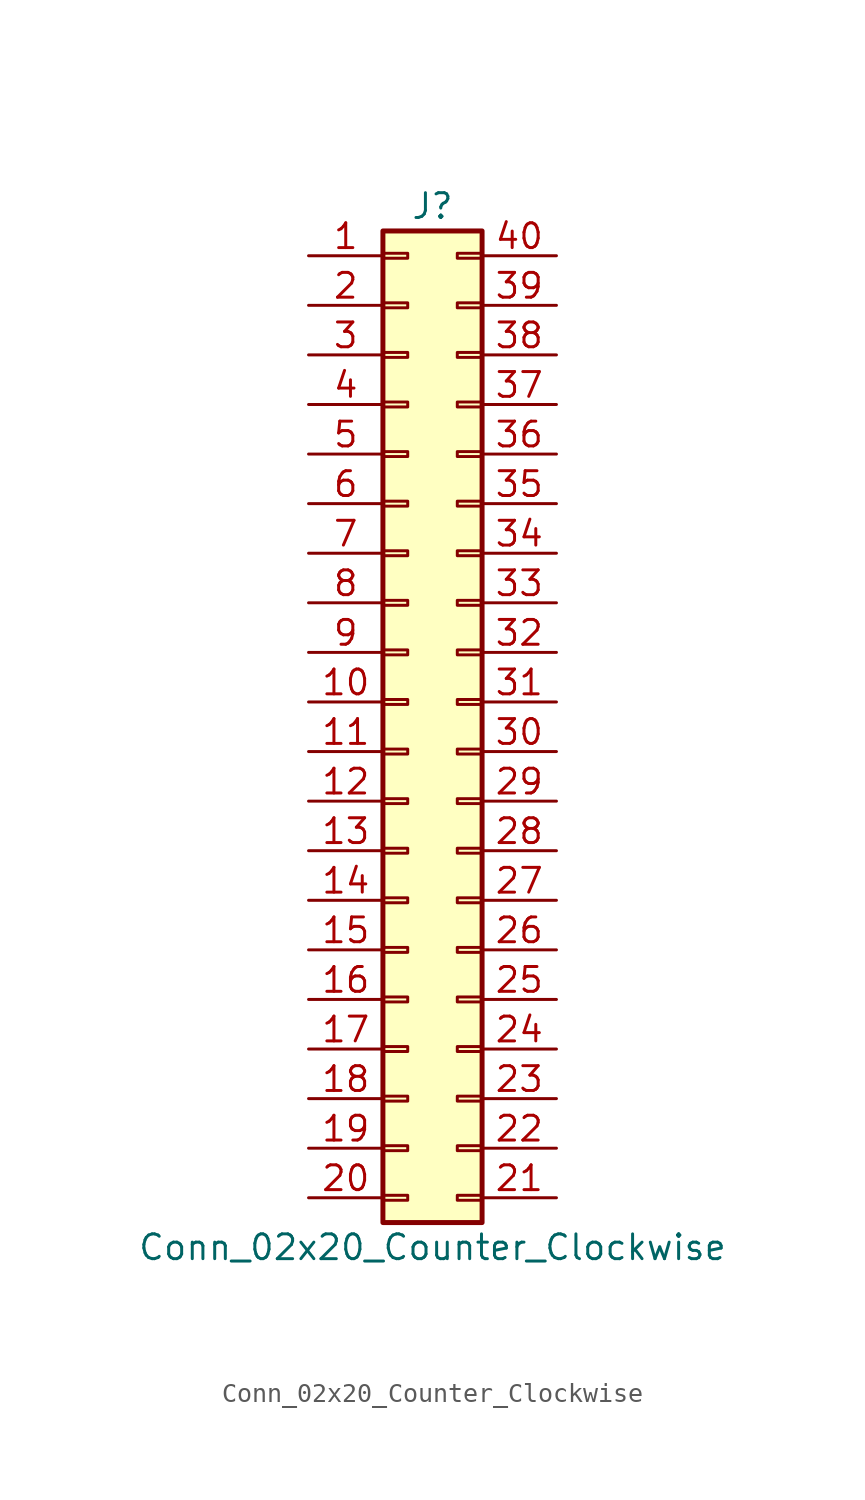
<source format=kicad_sym>
(kicad_symbol_lib
  (version 20211014)
  (generator kicad_symbol_editor)
  (symbol "Conn_02x20_Counter_Clockwise"
    (pin_names
      (offset 1.016) hide)
    (property "Reference" "J"
      (at 1.27 25.4 0)
      (effects (font (size 1.27 1.27))))
    (property "Value" "Conn_02x20_Counter_Clockwise"
      (at 1.27 -27.94 0)
      (effects (font (size 1.27 1.27))))
    (symbol "Conn_02x20_Counter_Clockwise_1_1"
      (rectangle (start -1.27 -25.273) (end 0 -25.527) (stroke (width 0.152) (type default) (color 0 0 0 0)) (fill (type none)))
      (rectangle (start -1.27 -22.733) (end 0 -22.987) (stroke (width 0.152) (type default) (color 0 0 0 0)) (fill (type none)))
      (rectangle (start -1.27 -20.193) (end 0 -20.447) (stroke (width 0.152) (type default) (color 0 0 0 0)) (fill (type none)))
      (rectangle (start -1.27 -17.653) (end 0 -17.907) (stroke (width 0.152) (type default) (color 0 0 0 0)) (fill (type none)))
      (rectangle (start -1.27 -15.113) (end 0 -15.367) (stroke (width 0.152) (type default) (color 0 0 0 0)) (fill (type none)))
      (rectangle (start -1.27 -12.573) (end 0 -12.827) (stroke (width 0.152) (type default) (color 0 0 0 0)) (fill (type none)))
      (rectangle (start -1.27 -10.033) (end 0 -10.287) (stroke (width 0.152) (type default) (color 0 0 0 0)) (fill (type none)))
      (rectangle (start -1.27 -7.493) (end 0 -7.747) (stroke (width 0.152) (type default) (color 0 0 0 0)) (fill (type none)))
      (rectangle (start -1.27 -4.953) (end 0 -5.207) (stroke (width 0.152) (type default) (color 0 0 0 0)) (fill (type none)))
      (rectangle (start -1.27 -2.413) (end 0 -2.667) (stroke (width 0.152) (type default) (color 0 0 0 0)) (fill (type none)))
      (rectangle (start -1.27 0.127) (end 0 -0.127) (stroke (width 0.152) (type default) (color 0 0 0 0)) (fill (type none)))
      (rectangle (start -1.27 2.667) (end 0 2.413) (stroke (width 0.152) (type default) (color 0 0 0 0)) (fill (type none)))
      (rectangle (start -1.27 5.207) (end 0 4.953) (stroke (width 0.152) (type default) (color 0 0 0 0)) (fill (type none)))
      (rectangle (start -1.27 7.747) (end 0 7.493) (stroke (width 0.152) (type default) (color 0 0 0 0)) (fill (type none)))
      (rectangle (start -1.27 10.287) (end 0 10.033) (stroke (width 0.152) (type default) (color 0 0 0 0)) (fill (type none)))
      (rectangle (start -1.27 12.827) (end 0 12.573) (stroke (width 0.152) (type default) (color 0 0 0 0)) (fill (type none)))
      (rectangle (start -1.27 15.367) (end 0 15.113) (stroke (width 0.152) (type default) (color 0 0 0 0)) (fill (type none)))
      (rectangle (start -1.27 17.907) (end 0 17.653) (stroke (width 0.152) (type default) (color 0 0 0 0)) (fill (type none)))
      (rectangle (start -1.27 20.447) (end 0 20.193) (stroke (width 0.152) (type default) (color 0 0 0 0)) (fill (type none)))
      (rectangle (start -1.27 22.987) (end 0 22.733) (stroke (width 0.152) (type default) (color 0 0 0 0)) (fill (type none)))
      (rectangle (start -1.27 24.13) (end 3.81 -26.67) (stroke (width 0.254) (type default) (color 0 0 0 0)) (fill (type background)))
      (rectangle (start 3.81 -25.273) (end 2.54 -25.527) (stroke (width 0.152) (type default) (color 0 0 0 0)) (fill (type none)))
      (rectangle (start 3.81 -22.733) (end 2.54 -22.987) (stroke (width 0.152) (type default) (color 0 0 0 0)) (fill (type none)))
      (rectangle (start 3.81 -20.193) (end 2.54 -20.447) (stroke (width 0.152) (type default) (color 0 0 0 0)) (fill (type none)))
      (rectangle (start 3.81 -17.653) (end 2.54 -17.907) (stroke (width 0.152) (type default) (color 0 0 0 0)) (fill (type none)))
      (rectangle (start 3.81 -15.113) (end 2.54 -15.367) (stroke (width 0.152) (type default) (color 0 0 0 0)) (fill (type none)))
      (rectangle (start 3.81 -12.573) (end 2.54 -12.827) (stroke (width 0.152) (type default) (color 0 0 0 0)) (fill (type none)))
      (rectangle (start 3.81 -10.033) (end 2.54 -10.287) (stroke (width 0.152) (type default) (color 0 0 0 0)) (fill (type none)))
      (rectangle (start 3.81 -7.493) (end 2.54 -7.747) (stroke (width 0.152) (type default) (color 0 0 0 0)) (fill (type none)))
      (rectangle (start 3.81 -4.953) (end 2.54 -5.207) (stroke (width 0.152) (type default) (color 0 0 0 0)) (fill (type none)))
      (rectangle (start 3.81 -2.413) (end 2.54 -2.667) (stroke (width 0.152) (type default) (color 0 0 0 0)) (fill (type none)))
      (rectangle (start 3.81 0.127) (end 2.54 -0.127) (stroke (width 0.152) (type default) (color 0 0 0 0)) (fill (type none)))
      (rectangle (start 3.81 2.667) (end 2.54 2.413) (stroke (width 0.152) (type default) (color 0 0 0 0)) (fill (type none)))
      (rectangle (start 3.81 5.207) (end 2.54 4.953) (stroke (width 0.152) (type default) (color 0 0 0 0)) (fill (type none)))
      (rectangle (start 3.81 7.747) (end 2.54 7.493) (stroke (width 0.152) (type default) (color 0 0 0 0)) (fill (type none)))
      (rectangle (start 3.81 10.287) (end 2.54 10.033) (stroke (width 0.152) (type default) (color 0 0 0 0)) (fill (type none)))
      (rectangle (start 3.81 12.827) (end 2.54 12.573) (stroke (width 0.152) (type default) (color 0 0 0 0)) (fill (type none)))
      (rectangle (start 3.81 15.367) (end 2.54 15.113) (stroke (width 0.152) (type default) (color 0 0 0 0)) (fill (type none)))
      (rectangle (start 3.81 17.907) (end 2.54 17.653) (stroke (width 0.152) (type default) (color 0 0 0 0)) (fill (type none)))
      (rectangle (start 3.81 20.447) (end 2.54 20.193) (stroke (width 0.152) (type default) (color 0 0 0 0)) (fill (type none)))
      (rectangle (start 3.81 22.987) (end 2.54 22.733) (stroke (width 0.152) (type default) (color 0 0 0 0)) (fill (type none)))
      (pin passive line (at -5.08 22.86 0) (length 3.81) (name "Pin_1" (effects (font (size 1.27 1.27)))) (number "1" (effects (font (size 1.27 1.27)))))
      (pin passive line (at -5.08 0 0) (length 3.81) (name "Pin_10" (effects (font (size 1.27 1.27)))) (number "10" (effects (font (size 1.27 1.27)))))
      (pin passive line (at -5.08 -2.54 0) (length 3.81) (name "Pin_11" (effects (font (size 1.27 1.27)))) (number "11" (effects (font (size 1.27 1.27)))))
      (pin passive line (at -5.08 -5.08 0) (length 3.81) (name "Pin_12" (effects (font (size 1.27 1.27)))) (number "12" (effects (font (size 1.27 1.27)))))
      (pin passive line (at -5.08 -7.62 0) (length 3.81) (name "Pin_13" (effects (font (size 1.27 1.27)))) (number "13" (effects (font (size 1.27 1.27)))))
      (pin passive line (at -5.08 -10.16 0) (length 3.81) (name "Pin_14" (effects (font (size 1.27 1.27)))) (number "14" (effects (font (size 1.27 1.27)))))
      (pin passive line (at -5.08 -12.7 0) (length 3.81) (name "Pin_15" (effects (font (size 1.27 1.27)))) (number "15" (effects (font (size 1.27 1.27)))))
      (pin passive line (at -5.08 -15.24 0) (length 3.81) (name "Pin_16" (effects (font (size 1.27 1.27)))) (number "16" (effects (font (size 1.27 1.27)))))
      (pin passive line (at -5.08 -17.78 0) (length 3.81) (name "Pin_17" (effects (font (size 1.27 1.27)))) (number "17" (effects (font (size 1.27 1.27)))))
      (pin passive line (at -5.08 -20.32 0) (length 3.81) (name "Pin_18" (effects (font (size 1.27 1.27)))) (number "18" (effects (font (size 1.27 1.27)))))
      (pin passive line (at -5.08 -22.86 0) (length 3.81) (name "Pin_19" (effects (font (size 1.27 1.27)))) (number "19" (effects (font (size 1.27 1.27)))))
      (pin passive line (at -5.08 20.32 0) (length 3.81) (name "Pin_2" (effects (font (size 1.27 1.27)))) (number "2" (effects (font (size 1.27 1.27)))))
      (pin passive line (at -5.08 -25.4 0) (length 3.81) (name "Pin_20" (effects (font (size 1.27 1.27)))) (number "20" (effects (font (size 1.27 1.27)))))
      (pin passive line (at 7.62 -25.4 180) (length 3.81) (name "Pin_21" (effects (font (size 1.27 1.27)))) (number "21" (effects (font (size 1.27 1.27)))))
      (pin passive line (at 7.62 -22.86 180) (length 3.81) (name "Pin_22" (effects (font (size 1.27 1.27)))) (number "22" (effects (font (size 1.27 1.27)))))
      (pin passive line (at 7.62 -20.32 180) (length 3.81) (name "Pin_23" (effects (font (size 1.27 1.27)))) (number "23" (effects (font (size 1.27 1.27)))))
      (pin passive line (at 7.62 -17.78 180) (length 3.81) (name "Pin_24" (effects (font (size 1.27 1.27)))) (number "24" (effects (font (size 1.27 1.27)))))
      (pin passive line (at 7.62 -15.24 180) (length 3.81) (name "Pin_25" (effects (font (size 1.27 1.27)))) (number "25" (effects (font (size 1.27 1.27)))))
      (pin passive line (at 7.62 -12.7 180) (length 3.81) (name "Pin_26" (effects (font (size 1.27 1.27)))) (number "26" (effects (font (size 1.27 1.27)))))
      (pin passive line (at 7.62 -10.16 180) (length 3.81) (name "Pin_27" (effects (font (size 1.27 1.27)))) (number "27" (effects (font (size 1.27 1.27)))))
      (pin passive line (at 7.62 -7.62 180) (length 3.81) (name "Pin_28" (effects (font (size 1.27 1.27)))) (number "28" (effects (font (size 1.27 1.27)))))
      (pin passive line (at 7.62 -5.08 180) (length 3.81) (name "Pin_29" (effects (font (size 1.27 1.27)))) (number "29" (effects (font (size 1.27 1.27)))))
      (pin passive line (at -5.08 17.78 0) (length 3.81) (name "Pin_3" (effects (font (size 1.27 1.27)))) (number "3" (effects (font (size 1.27 1.27)))))
      (pin passive line (at 7.62 -2.54 180) (length 3.81) (name "Pin_30" (effects (font (size 1.27 1.27)))) (number "30" (effects (font (size 1.27 1.27)))))
      (pin passive line (at 7.62 0 180) (length 3.81) (name "Pin_31" (effects (font (size 1.27 1.27)))) (number "31" (effects (font (size 1.27 1.27)))))
      (pin passive line (at 7.62 2.54 180) (length 3.81) (name "Pin_32" (effects (font (size 1.27 1.27)))) (number "32" (effects (font (size 1.27 1.27)))))
      (pin passive line (at 7.62 5.08 180) (length 3.81) (name "Pin_33" (effects (font (size 1.27 1.27)))) (number "33" (effects (font (size 1.27 1.27)))))
      (pin passive line (at 7.62 7.62 180) (length 3.81) (name "Pin_34" (effects (font (size 1.27 1.27)))) (number "34" (effects (font (size 1.27 1.27)))))
      (pin passive line (at 7.62 10.16 180) (length 3.81) (name "Pin_35" (effects (font (size 1.27 1.27)))) (number "35" (effects (font (size 1.27 1.27)))))
      (pin passive line (at 7.62 12.7 180) (length 3.81) (name "Pin_36" (effects (font (size 1.27 1.27)))) (number "36" (effects (font (size 1.27 1.27)))))
      (pin passive line (at 7.62 15.24 180) (length 3.81) (name "Pin_37" (effects (font (size 1.27 1.27)))) (number "37" (effects (font (size 1.27 1.27)))))
      (pin passive line (at 7.62 17.78 180) (length 3.81) (name "Pin_38" (effects (font (size 1.27 1.27)))) (number "38" (effects (font (size 1.27 1.27)))))
      (pin passive line (at 7.62 20.32 180) (length 3.81) (name "Pin_39" (effects (font (size 1.27 1.27)))) (number "39" (effects (font (size 1.27 1.27)))))
      (pin passive line (at -5.08 15.24 0) (length 3.81) (name "Pin_4" (effects (font (size 1.27 1.27)))) (number "4" (effects (font (size 1.27 1.27)))))
      (pin passive line (at 7.62 22.86 180) (length 3.81) (name "Pin_40" (effects (font (size 1.27 1.27)))) (number "40" (effects (font (size 1.27 1.27)))))
      (pin passive line (at -5.08 12.7 0) (length 3.81) (name "Pin_5" (effects (font (size 1.27 1.27)))) (number "5" (effects (font (size 1.27 1.27)))))
      (pin passive line (at -5.08 10.16 0) (length 3.81) (name "Pin_6" (effects (font (size 1.27 1.27)))) (number "6" (effects (font (size 1.27 1.27)))))
      (pin passive line (at -5.08 7.62 0) (length 3.81) (name "Pin_7" (effects (font (size 1.27 1.27)))) (number "7" (effects (font (size 1.27 1.27)))))
      (pin passive line (at -5.08 5.08 0) (length 3.81) (name "Pin_8" (effects (font (size 1.27 1.27)))) (number "8" (effects (font (size 1.27 1.27)))))
      (pin passive line (at -5.08 2.54 0) (length 3.81) (name "Pin_9" (effects (font (size 1.27 1.27)))) (number "9" (effects (font (size 1.27 1.27))))))))
</source>
